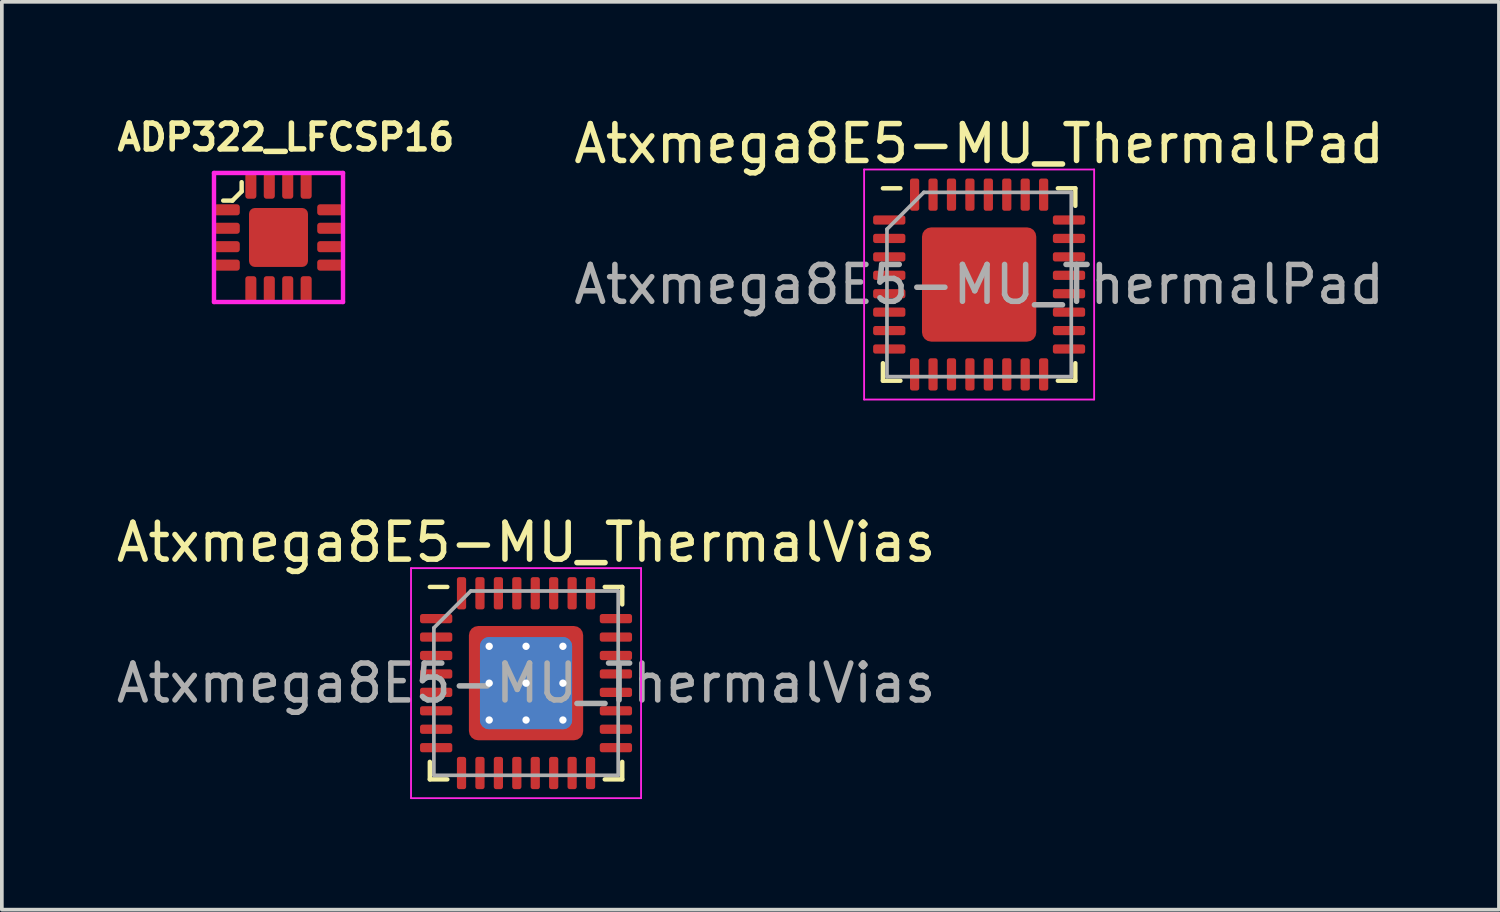
<source format=kicad_pcb>
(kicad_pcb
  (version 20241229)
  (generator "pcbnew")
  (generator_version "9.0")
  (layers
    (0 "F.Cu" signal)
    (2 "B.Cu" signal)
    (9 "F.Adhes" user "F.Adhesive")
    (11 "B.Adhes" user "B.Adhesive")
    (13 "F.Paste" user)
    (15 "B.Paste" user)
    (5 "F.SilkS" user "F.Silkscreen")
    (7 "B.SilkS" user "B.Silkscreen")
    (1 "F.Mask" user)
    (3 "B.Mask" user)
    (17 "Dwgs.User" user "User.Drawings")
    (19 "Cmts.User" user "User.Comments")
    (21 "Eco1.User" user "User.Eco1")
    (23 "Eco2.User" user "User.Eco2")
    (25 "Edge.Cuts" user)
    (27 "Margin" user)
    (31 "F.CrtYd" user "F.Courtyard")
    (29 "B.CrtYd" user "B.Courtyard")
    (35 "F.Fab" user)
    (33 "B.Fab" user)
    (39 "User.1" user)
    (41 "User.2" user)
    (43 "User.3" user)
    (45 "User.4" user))
  (footprint "Atxmega8E5-MU_ThermalPad"
    (layer "F.Cu")
    (at 23.511 4.668)
    (property "Reference" "Atxmega8E5-MU_ThermalPad" (at 0 -3.82 0) (layer "F.SilkS") (effects (font (size 1 1) (thickness 0.15))))
    (attr smd)
    (fp_line (start -2.61 2.61) (end -2.61 2.135) (stroke (width 0.12) (type solid)) (layer "F.SilkS"))
    (fp_line (start -2.135 -2.61) (end -2.61 -2.61) (stroke (width 0.12) (type solid)) (layer "F.SilkS"))
    (fp_line (start -2.135 2.61) (end -2.61 2.61) (stroke (width 0.12) (type solid)) (layer "F.SilkS"))
    (fp_line (start 2.135 -2.61) (end 2.61 -2.61) (stroke (width 0.12) (type solid)) (layer "F.SilkS"))
    (fp_line (start 2.135 2.61) (end 2.61 2.61) (stroke (width 0.12) (type solid)) (layer "F.SilkS"))
    (fp_line (start 2.61 -2.61) (end 2.61 -2.135) (stroke (width 0.12) (type solid)) (layer "F.SilkS"))
    (fp_line (start 2.61 2.61) (end 2.61 2.135) (stroke (width 0.12) (type solid)) (layer "F.SilkS"))
    (fp_line (start -3.12 -3.12) (end -3.12 3.12) (stroke (width 0.05) (type solid)) (layer "F.CrtYd"))
    (fp_line (start -3.12 3.12) (end 3.12 3.12) (stroke (width 0.05) (type solid)) (layer "F.CrtYd"))
    (fp_line (start 3.12 -3.12) (end -3.12 -3.12) (stroke (width 0.05) (type solid)) (layer "F.CrtYd"))
    (fp_line (start 3.12 3.12) (end 3.12 -3.12) (stroke (width 0.05) (type solid)) (layer "F.CrtYd"))
    (fp_line (start -2.5 -1.5) (end -1.5 -2.5) (stroke (width 0.1) (type solid)) (layer "F.Fab"))
    (fp_line (start -2.5 2.5) (end -2.5 -1.5) (stroke (width 0.1) (type solid)) (layer "F.Fab"))
    (fp_line (start -1.5 -2.5) (end 2.5 -2.5) (stroke (width 0.1) (type solid)) (layer "F.Fab"))
    (fp_line (start 2.5 -2.5) (end 2.5 2.5) (stroke (width 0.1) (type solid)) (layer "F.Fab"))
    (fp_line (start 2.5 2.5) (end -2.5 2.5) (stroke (width 0.1) (type solid)) (layer "F.Fab"))
    (fp_text user "${REFERENCE}" (at 0 0 0) (layer "F.Fab") (effects (font (size 1 1) (thickness 0.15))))
    (pad "" smd roundrect (at -1.03 -1.03) (size 0.83 0.83) (layers "F.Paste") (roundrect_rratio 0.25))
    (pad "" smd roundrect (at -1.03 0) (size 0.83 0.83) (layers "F.Paste") (roundrect_rratio 0.25))
    (pad "" smd roundrect (at -1.03 1.03) (size 0.83 0.83) (layers "F.Paste") (roundrect_rratio 0.25))
    (pad "" smd roundrect (at 0 -1.03) (size 0.83 0.83) (layers "F.Paste") (roundrect_rratio 0.25))
    (pad "" smd roundrect (at 0 0) (size 0.83 0.83) (layers "F.Paste") (roundrect_rratio 0.25))
    (pad "" smd roundrect (at 0 1.03) (size 0.83 0.83) (layers "F.Paste") (roundrect_rratio 0.25))
    (pad "" smd roundrect (at 1.03 -1.03) (size 0.83 0.83) (layers "F.Paste") (roundrect_rratio 0.25))
    (pad "" smd roundrect (at 1.03 0) (size 0.83 0.83) (layers "F.Paste") (roundrect_rratio 0.25))
    (pad "" smd roundrect (at 1.03 1.03) (size 0.83 0.83) (layers "F.Paste") (roundrect_rratio 0.25))
    (pad "1" smd roundrect (at -2.438 -1.75) (size 0.875 0.25) (layers "F.Cu" "F.Mask" "F.Paste") (roundrect_rratio 0.25))
    (pad "2" smd roundrect (at -2.438 -1.25) (size 0.875 0.25) (layers "F.Cu" "F.Mask" "F.Paste") (roundrect_rratio 0.25))
    (pad "3" smd roundrect (at -2.438 -0.75) (size 0.875 0.25) (layers "F.Cu" "F.Mask" "F.Paste") (roundrect_rratio 0.25))
    (pad "4" smd roundrect (at -2.438 -0.25) (size 0.875 0.25) (layers "F.Cu" "F.Mask" "F.Paste") (roundrect_rratio 0.25))
    (pad "5" smd roundrect (at -2.438 0.25) (size 0.875 0.25) (layers "F.Cu" "F.Mask" "F.Paste") (roundrect_rratio 0.25))
    (pad "6" smd roundrect (at -2.438 0.75) (size 0.875 0.25) (layers "F.Cu" "F.Mask" "F.Paste") (roundrect_rratio 0.25))
    (pad "7" smd roundrect (at -2.438 1.25) (size 0.875 0.25) (layers "F.Cu" "F.Mask" "F.Paste") (roundrect_rratio 0.25))
    (pad "8" smd roundrect (at -2.438 1.75) (size 0.875 0.25) (layers "F.Cu" "F.Mask" "F.Paste") (roundrect_rratio 0.25))
    (pad "9" smd roundrect (at -1.75 2.438) (size 0.25 0.875) (layers "F.Cu" "F.Mask" "F.Paste") (roundrect_rratio 0.25))
    (pad "10" smd roundrect (at -1.25 2.438) (size 0.25 0.875) (layers "F.Cu" "F.Mask" "F.Paste") (roundrect_rratio 0.25))
    (pad "11" smd roundrect (at -0.75 2.438) (size 0.25 0.875) (layers "F.Cu" "F.Mask" "F.Paste") (roundrect_rratio 0.25))
    (pad "12" smd roundrect (at -0.25 2.438) (size 0.25 0.875) (layers "F.Cu" "F.Mask" "F.Paste") (roundrect_rratio 0.25))
    (pad "13" smd roundrect (at 0.25 2.438) (size 0.25 0.875) (layers "F.Cu" "F.Mask" "F.Paste") (roundrect_rratio 0.25))
    (pad "14" smd roundrect (at 0.75 2.438) (size 0.25 0.875) (layers "F.Cu" "F.Mask" "F.Paste") (roundrect_rratio 0.25))
    (pad "15" smd roundrect (at 1.25 2.438) (size 0.25 0.875) (layers "F.Cu" "F.Mask" "F.Paste") (roundrect_rratio 0.25))
    (pad "16" smd roundrect (at 1.75 2.438) (size 0.25 0.875) (layers "F.Cu" "F.Mask" "F.Paste") (roundrect_rratio 0.25))
    (pad "17" smd roundrect (at 2.438 1.75) (size 0.875 0.25) (layers "F.Cu" "F.Mask" "F.Paste") (roundrect_rratio 0.25))
    (pad "18" smd roundrect (at 2.438 1.25) (size 0.875 0.25) (layers "F.Cu" "F.Mask" "F.Paste") (roundrect_rratio 0.25))
    (pad "19" smd roundrect (at 2.438 0.75) (size 0.875 0.25) (layers "F.Cu" "F.Mask" "F.Paste") (roundrect_rratio 0.25))
    (pad "20" smd roundrect (at 2.438 0.25) (size 0.875 0.25) (layers "F.Cu" "F.Mask" "F.Paste") (roundrect_rratio 0.25))
    (pad "21" smd roundrect (at 2.438 -0.25) (size 0.875 0.25) (layers "F.Cu" "F.Mask" "F.Paste") (roundrect_rratio 0.25))
    (pad "22" smd roundrect (at 2.438 -0.75) (size 0.875 0.25) (layers "F.Cu" "F.Mask" "F.Paste") (roundrect_rratio 0.25))
    (pad "23" smd roundrect (at 2.438 -1.25) (size 0.875 0.25) (layers "F.Cu" "F.Mask" "F.Paste") (roundrect_rratio 0.25))
    (pad "24" smd roundrect (at 2.438 -1.75) (size 0.875 0.25) (layers "F.Cu" "F.Mask" "F.Paste") (roundrect_rratio 0.25))
    (pad "25" smd roundrect (at 1.75 -2.438) (size 0.25 0.875) (layers "F.Cu" "F.Mask" "F.Paste") (roundrect_rratio 0.25))
    (pad "26" smd roundrect (at 1.25 -2.438) (size 0.25 0.875) (layers "F.Cu" "F.Mask" "F.Paste") (roundrect_rratio 0.25))
    (pad "27" smd roundrect (at 0.75 -2.438) (size 0.25 0.875) (layers "F.Cu" "F.Mask" "F.Paste") (roundrect_rratio 0.25))
    (pad "28" smd roundrect (at 0.25 -2.438) (size 0.25 0.875) (layers "F.Cu" "F.Mask" "F.Paste") (roundrect_rratio 0.25))
    (pad "29" smd roundrect (at -0.25 -2.438) (size 0.25 0.875) (layers "F.Cu" "F.Mask" "F.Paste") (roundrect_rratio 0.25))
    (pad "30" smd roundrect (at -0.75 -2.438) (size 0.25 0.875) (layers "F.Cu" "F.Mask" "F.Paste") (roundrect_rratio 0.25))
    (pad "31" smd roundrect (at -1.25 -2.438) (size 0.25 0.875) (layers "F.Cu" "F.Mask" "F.Paste") (roundrect_rratio 0.25))
    (pad "32" smd roundrect (at -1.75 -2.438) (size 0.25 0.875) (layers "F.Cu" "F.Mask" "F.Paste") (roundrect_rratio 0.25))
    (pad "33" smd roundrect (at 0 0) (size 3.1 3.1) (layers "F.Cu" "F.Mask") (roundrect_rratio 0.081)))
  (footprint "Atxmega8E5-MU_ThermalVias"
    (layer "F.Cu")
    (at 11.22 15.482)
    (property "Reference" "Atxmega8E5-MU_ThermalVias" (at 0 -3.82 0) (layer "F.SilkS") (effects (font (size 1 1) (thickness 0.15))))
    (attr smd)
    (fp_line (start -2.61 2.61) (end -2.61 2.135) (stroke (width 0.12) (type solid)) (layer "F.SilkS"))
    (fp_line (start -2.135 -2.61) (end -2.61 -2.61) (stroke (width 0.12) (type solid)) (layer "F.SilkS"))
    (fp_line (start -2.135 2.61) (end -2.61 2.61) (stroke (width 0.12) (type solid)) (layer "F.SilkS"))
    (fp_line (start 2.135 -2.61) (end 2.61 -2.61) (stroke (width 0.12) (type solid)) (layer "F.SilkS"))
    (fp_line (start 2.135 2.61) (end 2.61 2.61) (stroke (width 0.12) (type solid)) (layer "F.SilkS"))
    (fp_line (start 2.61 -2.61) (end 2.61 -2.135) (stroke (width 0.12) (type solid)) (layer "F.SilkS"))
    (fp_line (start 2.61 2.61) (end 2.61 2.135) (stroke (width 0.12) (type solid)) (layer "F.SilkS"))
    (fp_line (start -3.12 -3.12) (end -3.12 3.12) (stroke (width 0.05) (type solid)) (layer "F.CrtYd"))
    (fp_line (start -3.12 3.12) (end 3.12 3.12) (stroke (width 0.05) (type solid)) (layer "F.CrtYd"))
    (fp_line (start 3.12 -3.12) (end -3.12 -3.12) (stroke (width 0.05) (type solid)) (layer "F.CrtYd"))
    (fp_line (start 3.12 3.12) (end 3.12 -3.12) (stroke (width 0.05) (type solid)) (layer "F.CrtYd"))
    (fp_line (start -2.5 -1.5) (end -1.5 -2.5) (stroke (width 0.1) (type solid)) (layer "F.Fab"))
    (fp_line (start -2.5 2.5) (end -2.5 -1.5) (stroke (width 0.1) (type solid)) (layer "F.Fab"))
    (fp_line (start -1.5 -2.5) (end 2.5 -2.5) (stroke (width 0.1) (type solid)) (layer "F.Fab"))
    (fp_line (start 2.5 -2.5) (end 2.5 2.5) (stroke (width 0.1) (type solid)) (layer "F.Fab"))
    (fp_line (start 2.5 2.5) (end -2.5 2.5) (stroke (width 0.1) (type solid)) (layer "F.Fab"))
    (fp_text user "${REFERENCE}" (at 0 0 0) (layer "F.Fab") (effects (font (size 1 1) (thickness 0.15))))
    (pad "" smd custom (at -1.275 -1.275) (size 0.319 0.319) (layers "F.Paste") (options (anchor circle)) (primitives (gr_poly (pts (xy -0.222 -0.222) (xy 0.222 -0.222) (xy 0.222 0.045) (xy 0.045 0.222) (xy -0.222 0.222)) (width 0) (fill yes))))
    (pad "" smd custom (at -1.275 -0.5) (size 0.35 0.35) (layers "F.Paste") (options (anchor circle)) (primitives (gr_poly (pts (xy -0.222 -0.403) (xy 0.089 -0.403) (xy 0.222 -0.27) (xy 0.222 0.27) (xy 0.089 0.403) (xy -0.222 0.403)) (width 0) (fill yes))))
    (pad "" smd custom (at -1.275 0.5) (size 0.35 0.35) (layers "F.Paste") (options (anchor circle)) (primitives (gr_poly (pts (xy -0.222 -0.403) (xy 0.089 -0.403) (xy 0.222 -0.27) (xy 0.222 0.27) (xy 0.089 0.403) (xy -0.222 0.403)) (width 0) (fill yes))))
    (pad "" smd custom (at -1.275 1.275) (size 0.319 0.319) (layers "F.Paste") (options (anchor circle)) (primitives (gr_poly (pts (xy -0.222 -0.222) (xy 0.045 -0.222) (xy 0.222 -0.045) (xy 0.222 0.222) (xy -0.222 0.222)) (width 0) (fill yes))))
    (pad "" smd custom (at -0.5 -1.275) (size 0.35 0.35) (layers "F.Paste") (options (anchor circle)) (primitives (gr_poly (pts (xy -0.403 -0.222) (xy 0.403 -0.222) (xy 0.403 0.089) (xy 0.27 0.222) (xy -0.27 0.222) (xy -0.403 0.089)) (width 0) (fill yes))))
    (pad "" smd roundrect (at -0.5 -0.5) (size 0.806 0.806) (layers "F.Paste") (roundrect_rratio 0.25))
    (pad "" smd roundrect (at -0.5 0.5) (size 0.806 0.806) (layers "F.Paste") (roundrect_rratio 0.25))
    (pad "" smd custom (at -0.5 1.275) (size 0.35 0.35) (layers "F.Paste") (options (anchor circle)) (primitives (gr_poly (pts (xy -0.403 -0.089) (xy -0.27 -0.222) (xy 0.27 -0.222) (xy 0.403 -0.089) (xy 0.403 0.222) (xy -0.403 0.222)) (width 0) (fill yes))))
    (pad "" smd custom (at 0.5 -1.275) (size 0.35 0.35) (layers "F.Paste") (options (anchor circle)) (primitives (gr_poly (pts (xy -0.403 -0.222) (xy 0.403 -0.222) (xy 0.403 0.089) (xy 0.27 0.222) (xy -0.27 0.222) (xy -0.403 0.089)) (width 0) (fill yes))))
    (pad "" smd roundrect (at 0.5 -0.5) (size 0.806 0.806) (layers "F.Paste") (roundrect_rratio 0.25))
    (pad "" smd roundrect (at 0.5 0.5) (size 0.806 0.806) (layers "F.Paste") (roundrect_rratio 0.25))
    (pad "" smd custom (at 0.5 1.275) (size 0.35 0.35) (layers "F.Paste") (options (anchor circle)) (primitives (gr_poly (pts (xy -0.403 -0.089) (xy -0.27 -0.222) (xy 0.27 -0.222) (xy 0.403 -0.089) (xy 0.403 0.222) (xy -0.403 0.222)) (width 0) (fill yes))))
    (pad "" smd custom (at 1.275 -1.275) (size 0.319 0.319) (layers "F.Paste") (options (anchor circle)) (primitives (gr_poly (pts (xy -0.222 -0.222) (xy 0.222 -0.222) (xy 0.222 0.222) (xy -0.045 0.222) (xy -0.222 0.045)) (width 0) (fill yes))))
    (pad "" smd custom (at 1.275 -0.5) (size 0.35 0.35) (layers "F.Paste") (options (anchor circle)) (primitives (gr_poly (pts (xy -0.222 -0.27) (xy -0.089 -0.403) (xy 0.222 -0.403) (xy 0.222 0.403) (xy -0.089 0.403) (xy -0.222 0.27)) (width 0) (fill yes))))
    (pad "" smd custom (at 1.275 0.5) (size 0.35 0.35) (layers "F.Paste") (options (anchor circle)) (primitives (gr_poly (pts (xy -0.222 -0.27) (xy -0.089 -0.403) (xy 0.222 -0.403) (xy 0.222 0.403) (xy -0.089 0.403) (xy -0.222 0.27)) (width 0) (fill yes))))
    (pad "" smd custom (at 1.275 1.275) (size 0.319 0.319) (layers "F.Paste") (options (anchor circle)) (primitives (gr_poly (pts (xy -0.222 -0.045) (xy -0.045 -0.222) (xy 0.222 -0.222) (xy 0.222 0.222) (xy -0.222 0.222)) (width 0) (fill yes))))
    (pad "1" smd roundrect (at -2.438 -1.75) (size 0.875 0.25) (layers "F.Cu" "F.Mask" "F.Paste") (roundrect_rratio 0.25))
    (pad "2" smd roundrect (at -2.438 -1.25) (size 0.875 0.25) (layers "F.Cu" "F.Mask" "F.Paste") (roundrect_rratio 0.25))
    (pad "3" smd roundrect (at -2.438 -0.75) (size 0.875 0.25) (layers "F.Cu" "F.Mask" "F.Paste") (roundrect_rratio 0.25))
    (pad "4" smd roundrect (at -2.438 -0.25) (size 0.875 0.25) (layers "F.Cu" "F.Mask" "F.Paste") (roundrect_rratio 0.25))
    (pad "5" smd roundrect (at -2.438 0.25) (size 0.875 0.25) (layers "F.Cu" "F.Mask" "F.Paste") (roundrect_rratio 0.25))
    (pad "6" smd roundrect (at -2.438 0.75) (size 0.875 0.25) (layers "F.Cu" "F.Mask" "F.Paste") (roundrect_rratio 0.25))
    (pad "7" smd roundrect (at -2.438 1.25) (size 0.875 0.25) (layers "F.Cu" "F.Mask" "F.Paste") (roundrect_rratio 0.25))
    (pad "8" smd roundrect (at -2.438 1.75) (size 0.875 0.25) (layers "F.Cu" "F.Mask" "F.Paste") (roundrect_rratio 0.25))
    (pad "9" smd roundrect (at -1.75 2.438) (size 0.25 0.875) (layers "F.Cu" "F.Mask" "F.Paste") (roundrect_rratio 0.25))
    (pad "10" smd roundrect (at -1.25 2.438) (size 0.25 0.875) (layers "F.Cu" "F.Mask" "F.Paste") (roundrect_rratio 0.25))
    (pad "11" smd roundrect (at -0.75 2.438) (size 0.25 0.875) (layers "F.Cu" "F.Mask" "F.Paste") (roundrect_rratio 0.25))
    (pad "12" smd roundrect (at -0.25 2.438) (size 0.25 0.875) (layers "F.Cu" "F.Mask" "F.Paste") (roundrect_rratio 0.25))
    (pad "13" smd roundrect (at 0.25 2.438) (size 0.25 0.875) (layers "F.Cu" "F.Mask" "F.Paste") (roundrect_rratio 0.25))
    (pad "14" smd roundrect (at 0.75 2.438) (size 0.25 0.875) (layers "F.Cu" "F.Mask" "F.Paste") (roundrect_rratio 0.25))
    (pad "15" smd roundrect (at 1.25 2.438) (size 0.25 0.875) (layers "F.Cu" "F.Mask" "F.Paste") (roundrect_rratio 0.25))
    (pad "16" smd roundrect (at 1.75 2.438) (size 0.25 0.875) (layers "F.Cu" "F.Mask" "F.Paste") (roundrect_rratio 0.25))
    (pad "17" smd roundrect (at 2.438 1.75) (size 0.875 0.25) (layers "F.Cu" "F.Mask" "F.Paste") (roundrect_rratio 0.25))
    (pad "18" smd roundrect (at 2.438 1.25) (size 0.875 0.25) (layers "F.Cu" "F.Mask" "F.Paste") (roundrect_rratio 0.25))
    (pad "19" smd roundrect (at 2.438 0.75) (size 0.875 0.25) (layers "F.Cu" "F.Mask" "F.Paste") (roundrect_rratio 0.25))
    (pad "20" smd roundrect (at 2.438 0.25) (size 0.875 0.25) (layers "F.Cu" "F.Mask" "F.Paste") (roundrect_rratio 0.25))
    (pad "21" smd roundrect (at 2.438 -0.25) (size 0.875 0.25) (layers "F.Cu" "F.Mask" "F.Paste") (roundrect_rratio 0.25))
    (pad "22" smd roundrect (at 2.438 -0.75) (size 0.875 0.25) (layers "F.Cu" "F.Mask" "F.Paste") (roundrect_rratio 0.25))
    (pad "23" smd roundrect (at 2.438 -1.25) (size 0.875 0.25) (layers "F.Cu" "F.Mask" "F.Paste") (roundrect_rratio 0.25))
    (pad "24" smd roundrect (at 2.438 -1.75) (size 0.875 0.25) (layers "F.Cu" "F.Mask" "F.Paste") (roundrect_rratio 0.25))
    (pad "25" smd roundrect (at 1.75 -2.438) (size 0.25 0.875) (layers "F.Cu" "F.Mask" "F.Paste") (roundrect_rratio 0.25))
    (pad "26" smd roundrect (at 1.25 -2.438) (size 0.25 0.875) (layers "F.Cu" "F.Mask" "F.Paste") (roundrect_rratio 0.25))
    (pad "27" smd roundrect (at 0.75 -2.438) (size 0.25 0.875) (layers "F.Cu" "F.Mask" "F.Paste") (roundrect_rratio 0.25))
    (pad "28" smd roundrect (at 0.25 -2.438) (size 0.25 0.875) (layers "F.Cu" "F.Mask" "F.Paste") (roundrect_rratio 0.25))
    (pad "29" smd roundrect (at -0.25 -2.438) (size 0.25 0.875) (layers "F.Cu" "F.Mask" "F.Paste") (roundrect_rratio 0.25))
    (pad "30" smd roundrect (at -0.75 -2.438) (size 0.25 0.875) (layers "F.Cu" "F.Mask" "F.Paste") (roundrect_rratio 0.25))
    (pad "31" smd roundrect (at -1.25 -2.438) (size 0.25 0.875) (layers "F.Cu" "F.Mask" "F.Paste") (roundrect_rratio 0.25))
    (pad "32" smd roundrect (at -1.75 -2.438) (size 0.25 0.875) (layers "F.Cu" "F.Mask" "F.Paste") (roundrect_rratio 0.25))
    (pad "33" thru_hole circle (at -1 -1) (size 0.5 0.5) (drill 0.2) (layers "*.Cu"))
    (pad "33" thru_hole circle (at -1 0) (size 0.5 0.5) (drill 0.2) (layers "*.Cu"))
    (pad "33" thru_hole circle (at -1 1) (size 0.5 0.5) (drill 0.2) (layers "*.Cu"))
    (pad "33" thru_hole circle (at 0 -1) (size 0.5 0.5) (drill 0.2) (layers "*.Cu"))
    (pad "33" thru_hole circle (at 0 0) (size 0.5 0.5) (drill 0.2) (layers "*.Cu"))
    (pad "33" smd roundrect (at 0 0) (size 2.5 2.5) (layers "B.Cu") (roundrect_rratio 0.1))
    (pad "33" smd roundrect (at 0 0) (size 3.1 3.1) (layers "F.Cu" "F.Mask") (roundrect_rratio 0.081))
    (pad "33" thru_hole circle (at 0 1) (size 0.5 0.5) (drill 0.2) (layers "*.Cu"))
    (pad "33" thru_hole circle (at 1 -1) (size 0.5 0.5) (drill 0.2) (layers "*.Cu"))
    (pad "33" thru_hole circle (at 1 0) (size 0.5 0.5) (drill 0.2) (layers "*.Cu"))
    (pad "33" thru_hole circle (at 1 1) (size 0.5 0.5) (drill 0.2) (layers "*.Cu")))
  (footprint "ADP322_LFCSP16"
    (layer "F.Cu")
    (at 4.505 3.392)
    (property "Reference" "ADP322_LFCSP16" (at 0.2 -2.719 0) (layer "F.SilkS") (effects (font (size 0.7 0.7) (thickness 0.15))))
    (attr through_hole)
    (fp_line (start -1.5 -1) (end -1.25 -1) (stroke (width 0.12) (type solid)) (layer "F.SilkS"))
    (fp_line (start -1.25 -1) (end -1 -1.25) (stroke (width 0.12) (type solid)) (layer "F.SilkS"))
    (fp_line (start -1 -1.25) (end -1 -1.5) (stroke (width 0.12) (type solid)) (layer "F.SilkS"))
    (fp_line (start -1.75 -1.75) (end 1.75 -1.75) (stroke (width 0.12) (type solid)) (layer "F.CrtYd"))
    (fp_line (start -1.75 1.75) (end -1.75 -1.75) (stroke (width 0.12) (type solid)) (layer "F.CrtYd"))
    (fp_line (start 1.75 -1.75) (end 1.75 1.75) (stroke (width 0.12) (type solid)) (layer "F.CrtYd"))
    (fp_line (start 1.75 1.75) (end -1.75 1.75) (stroke (width 0.12) (type solid)) (layer "F.CrtYd"))
    (pad "0" smd roundrect (at 0 0) (size 1.6 1.6) (layers "F.Cu" "F.Mask" "F.Paste") (roundrect_rratio 0.1))
    (pad "1" smd roundrect (at -1.4 -0.75) (size 0.7 0.3) (layers "F.Cu" "F.Mask" "F.Paste") (roundrect_rratio 0.25))
    (pad "2" smd roundrect (at -1.4 -0.25) (size 0.7 0.3) (layers "F.Cu" "F.Mask" "F.Paste") (roundrect_rratio 0.25))
    (pad "3" smd roundrect (at -1.4 0.25) (size 0.7 0.3) (layers "F.Cu" "F.Mask" "F.Paste") (roundrect_rratio 0.25))
    (pad "4" smd roundrect (at -1.4 0.75) (size 0.7 0.3) (layers "F.Cu" "F.Mask" "F.Paste") (roundrect_rratio 0.25))
    (pad "5" smd roundrect (at -0.75 1.4 90) (size 0.7 0.3) (layers "F.Cu" "F.Mask" "F.Paste") (roundrect_rratio 0.25))
    (pad "6" smd roundrect (at -0.25 1.4 90) (size 0.7 0.3) (layers "F.Cu" "F.Mask" "F.Paste") (roundrect_rratio 0.25))
    (pad "7" smd roundrect (at 0.25 1.4 90) (size 0.7 0.3) (layers "F.Cu" "F.Mask" "F.Paste") (roundrect_rratio 0.25))
    (pad "8" smd roundrect (at 0.75 1.4 90) (size 0.7 0.3) (layers "F.Cu" "F.Mask" "F.Paste") (roundrect_rratio 0.25))
    (pad "9" smd roundrect (at 1.4 0.75) (size 0.7 0.3) (layers "F.Cu" "F.Mask" "F.Paste") (roundrect_rratio 0.25))
    (pad "10" smd roundrect (at 1.4 0.25) (size 0.7 0.3) (layers "F.Cu" "F.Mask" "F.Paste") (roundrect_rratio 0.25))
    (pad "11" smd roundrect (at 1.4 -0.25) (size 0.7 0.3) (layers "F.Cu" "F.Mask" "F.Paste") (roundrect_rratio 0.25))
    (pad "12" smd roundrect (at 1.4 -0.75) (size 0.7 0.3) (layers "F.Cu" "F.Mask" "F.Paste") (roundrect_rratio 0.25))
    (pad "13" smd roundrect (at 0.75 -1.4 90) (size 0.7 0.3) (layers "F.Cu" "F.Mask" "F.Paste") (roundrect_rratio 0.25))
    (pad "14" smd roundrect (at 0.25 -1.4 90) (size 0.7 0.3) (layers "F.Cu" "F.Mask" "F.Paste") (roundrect_rratio 0.25))
    (pad "15" smd roundrect (at -0.25 -1.4 90) (size 0.7 0.3) (layers "F.Cu" "F.Mask" "F.Paste") (roundrect_rratio 0.25))
    (pad "16" smd roundrect (at -0.75 -1.4 90) (size 0.7 0.3) (layers "F.Cu" "F.Mask" "F.Paste") (roundrect_rratio 0.25)))
  (gr_rect
    (start -3 -3)
    (end 37.612 21.627)
    (stroke (width 0.1) (type default))
    (fill no)
    (layer "Edge.Cuts")))
</source>
